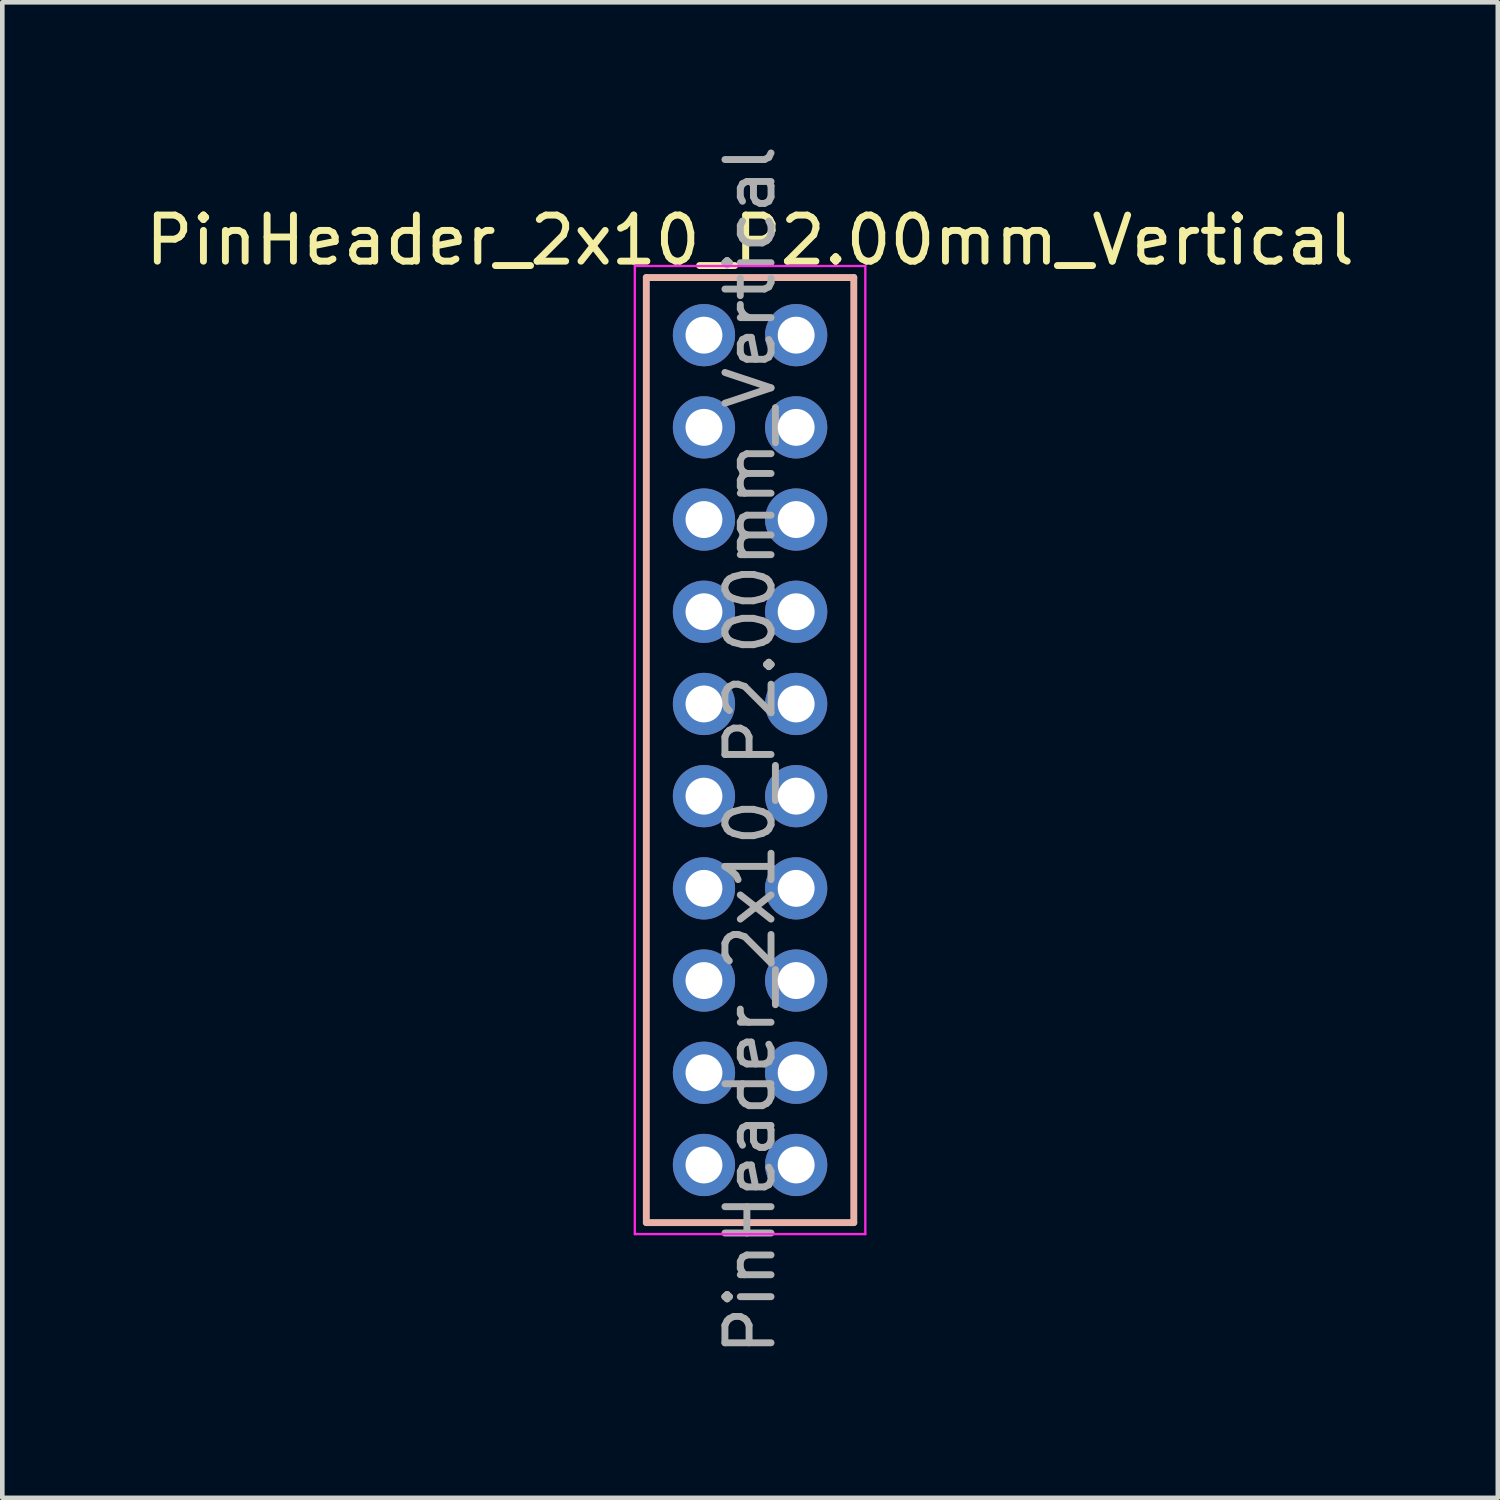
<source format=kicad_pcb>
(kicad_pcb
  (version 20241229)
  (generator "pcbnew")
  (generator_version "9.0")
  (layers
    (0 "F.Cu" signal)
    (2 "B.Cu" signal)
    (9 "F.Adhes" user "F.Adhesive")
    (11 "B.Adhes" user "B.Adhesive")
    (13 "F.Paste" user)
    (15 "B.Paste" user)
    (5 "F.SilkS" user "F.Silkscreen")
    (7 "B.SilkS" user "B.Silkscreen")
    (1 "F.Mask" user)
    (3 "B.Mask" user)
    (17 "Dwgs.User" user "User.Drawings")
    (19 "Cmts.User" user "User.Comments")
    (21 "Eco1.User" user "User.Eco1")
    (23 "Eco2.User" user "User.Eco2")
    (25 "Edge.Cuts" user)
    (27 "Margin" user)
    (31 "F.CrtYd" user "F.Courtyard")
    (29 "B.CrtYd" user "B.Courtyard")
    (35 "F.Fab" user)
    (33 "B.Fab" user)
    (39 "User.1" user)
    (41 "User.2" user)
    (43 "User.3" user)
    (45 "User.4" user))
  (footprint "PinHeader_2x10_P2.00mm_Vertical"
    (layer "F.Cu")
    (at 12.22 4.22)
    (property "Reference" "PinHeader_2x10_P2.00mm_Vertical" (at 1 -2.06 0) (layer "F.SilkS") (effects (font (size 1 1) (thickness 0.15))))
    (attr through_hole)
    (fp_line (start -1.25 -1.25) (end -1.25 19.25) (stroke (width 0.15) (type solid)) (layer "B.SilkS"))
    (fp_line (start -1.25 19.25) (end 3.25 19.25) (stroke (width 0.15) (type solid)) (layer "B.SilkS"))
    (fp_line (start 3.25 -1.25) (end -1.25 -1.25) (stroke (width 0.15) (type solid)) (layer "B.SilkS"))
    (fp_line (start 3.25 19.25) (end 3.25 -1.25) (stroke (width 0.15) (type solid)) (layer "B.SilkS"))
    (fp_line (start -1.5 -1.5) (end -1.5 19.5) (stroke (width 0.05) (type solid)) (layer "F.CrtYd"))
    (fp_line (start -1.5 19.5) (end 3.5 19.5) (stroke (width 0.05) (type solid)) (layer "F.CrtYd"))
    (fp_line (start 3.5 -1.5) (end -1.5 -1.5) (stroke (width 0.05) (type solid)) (layer "F.CrtYd"))
    (fp_line (start 3.5 19.5) (end 3.5 -1.5) (stroke (width 0.05) (type solid)) (layer "F.CrtYd"))
    (fp_text user "${REFERENCE}" (at 1 9 90) (layer "F.Fab") (effects (font (size 1 1) (thickness 0.15))))
    (pad "1" thru_hole circle (at 0 0) (size 1.35 1.35) (drill 0.8) (layers "*.Cu" "*.Mask"))
    (pad "2" thru_hole oval (at 2 0) (size 1.35 1.35) (drill 0.8) (layers "*.Cu" "*.Mask"))
    (pad "3" thru_hole oval (at 0 2) (size 1.35 1.35) (drill 0.8) (layers "*.Cu" "*.Mask"))
    (pad "4" thru_hole oval (at 2 2) (size 1.35 1.35) (drill 0.8) (layers "*.Cu" "*.Mask"))
    (pad "5" thru_hole oval (at 0 4) (size 1.35 1.35) (drill 0.8) (layers "*.Cu" "*.Mask"))
    (pad "6" thru_hole oval (at 2 4) (size 1.35 1.35) (drill 0.8) (layers "*.Cu" "*.Mask"))
    (pad "7" thru_hole oval (at 0 6) (size 1.35 1.35) (drill 0.8) (layers "*.Cu" "*.Mask"))
    (pad "8" thru_hole oval (at 2 6) (size 1.35 1.35) (drill 0.8) (layers "*.Cu" "*.Mask"))
    (pad "9" thru_hole oval (at 0 8) (size 1.35 1.35) (drill 0.8) (layers "*.Cu" "*.Mask"))
    (pad "10" thru_hole oval (at 2 8) (size 1.35 1.35) (drill 0.8) (layers "*.Cu" "*.Mask"))
    (pad "11" thru_hole oval (at 0 10) (size 1.35 1.35) (drill 0.8) (layers "*.Cu" "*.Mask"))
    (pad "12" thru_hole oval (at 2 10) (size 1.35 1.35) (drill 0.8) (layers "*.Cu" "*.Mask"))
    (pad "13" thru_hole oval (at 0 12) (size 1.35 1.35) (drill 0.8) (layers "*.Cu" "*.Mask"))
    (pad "14" thru_hole oval (at 2 12) (size 1.35 1.35) (drill 0.8) (layers "*.Cu" "*.Mask"))
    (pad "15" thru_hole oval (at 0 14) (size 1.35 1.35) (drill 0.8) (layers "*.Cu" "*.Mask"))
    (pad "16" thru_hole oval (at 2 14) (size 1.35 1.35) (drill 0.8) (layers "*.Cu" "*.Mask"))
    (pad "17" thru_hole oval (at 0 16) (size 1.35 1.35) (drill 0.8) (layers "*.Cu" "*.Mask"))
    (pad "18" thru_hole oval (at 2 16) (size 1.35 1.35) (drill 0.8) (layers "*.Cu" "*.Mask"))
    (pad "19" thru_hole oval (at 0 18) (size 1.35 1.35) (drill 0.8) (layers "*.Cu" "*.Mask"))
    (pad "20" thru_hole oval (at 2 18) (size 1.35 1.35) (drill 0.8) (layers "*.Cu" "*.Mask")))
  (gr_rect
    (start -3 -3)
    (end 29.44 29.44)
    (stroke (width 0.1) (type default))
    (fill no)
    (layer "Edge.Cuts")))
</source>
